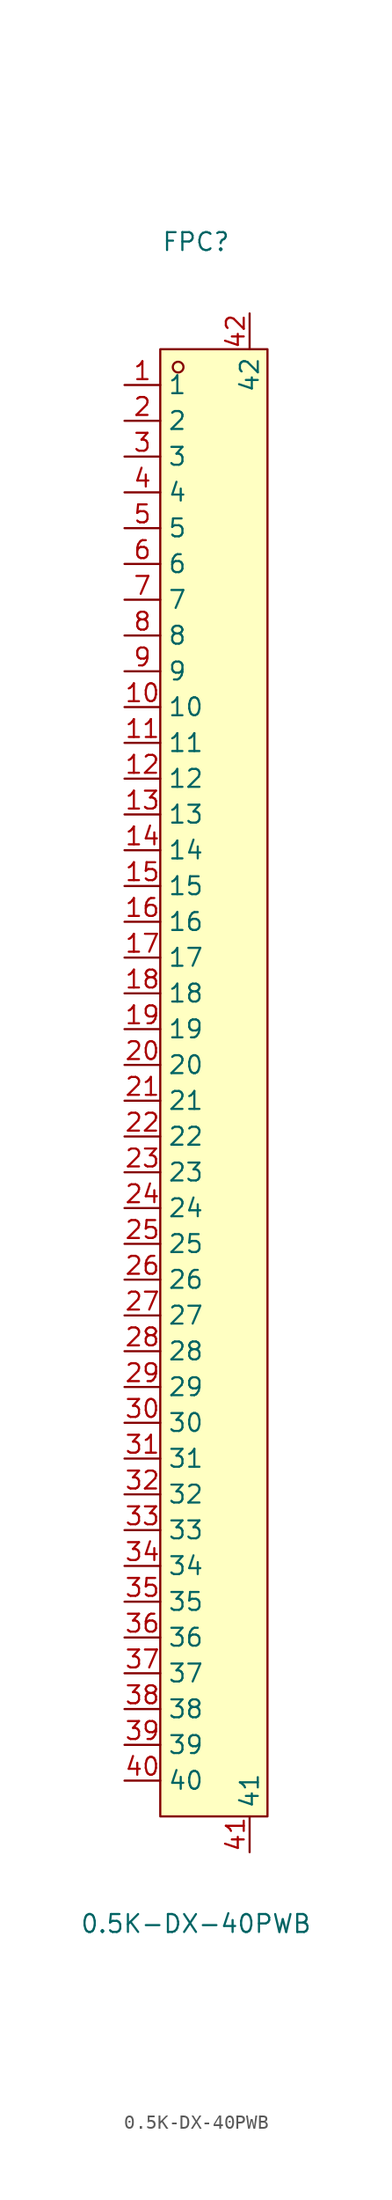
<source format=kicad_sym>
(kicad_symbol_lib
  (version 20211014)
  (generator https://github.com/uPesy/easyeda2kicad.py)
  (symbol "0.5K-DX-40PWB"
    (property "Reference" "FPC"
      (at 0 59.69 0)
      (effects (font (size 1.27 1.27))))
    (property "Value" "0.5K-DX-40PWB"
      (at 0 -59.69 0)
      (effects (font (size 1.27 1.27))))
    (symbol "0.5K-DX-40PWB_0_1"
      (rectangle (start -2.54 52.07) (end 5.08 -52.07) (stroke (width 0) (type default) (color 0 0 0 0)) (fill (type background)))
      (circle (center -1.27 50.80) (radius 0.38) (stroke (width 0) (type default) (color 0 0 0 0)) (fill (type none)))
      (pin unspecified line (at -5.08 49.53 0) (length 2.54) (name "1" (effects (font (size 1.27 1.27)))) (number "1" (effects (font (size 1.27 1.27)))))
      (pin unspecified line (at -5.08 46.99 0) (length 2.54) (name "2" (effects (font (size 1.27 1.27)))) (number "2" (effects (font (size 1.27 1.27)))))
      (pin unspecified line (at -5.08 44.45 0) (length 2.54) (name "3" (effects (font (size 1.27 1.27)))) (number "3" (effects (font (size 1.27 1.27)))))
      (pin unspecified line (at -5.08 41.91 0) (length 2.54) (name "4" (effects (font (size 1.27 1.27)))) (number "4" (effects (font (size 1.27 1.27)))))
      (pin unspecified line (at -5.08 39.37 0) (length 2.54) (name "5" (effects (font (size 1.27 1.27)))) (number "5" (effects (font (size 1.27 1.27)))))
      (pin unspecified line (at -5.08 36.83 0) (length 2.54) (name "6" (effects (font (size 1.27 1.27)))) (number "6" (effects (font (size 1.27 1.27)))))
      (pin unspecified line (at -5.08 34.29 0) (length 2.54) (name "7" (effects (font (size 1.27 1.27)))) (number "7" (effects (font (size 1.27 1.27)))))
      (pin unspecified line (at -5.08 31.75 0) (length 2.54) (name "8" (effects (font (size 1.27 1.27)))) (number "8" (effects (font (size 1.27 1.27)))))
      (pin unspecified line (at -5.08 29.21 0) (length 2.54) (name "9" (effects (font (size 1.27 1.27)))) (number "9" (effects (font (size 1.27 1.27)))))
      (pin unspecified line (at -5.08 26.67 0) (length 2.54) (name "10" (effects (font (size 1.27 1.27)))) (number "10" (effects (font (size 1.27 1.27)))))
      (pin unspecified line (at -5.08 24.13 0) (length 2.54) (name "11" (effects (font (size 1.27 1.27)))) (number "11" (effects (font (size 1.27 1.27)))))
      (pin unspecified line (at -5.08 21.59 0) (length 2.54) (name "12" (effects (font (size 1.27 1.27)))) (number "12" (effects (font (size 1.27 1.27)))))
      (pin unspecified line (at -5.08 19.05 0) (length 2.54) (name "13" (effects (font (size 1.27 1.27)))) (number "13" (effects (font (size 1.27 1.27)))))
      (pin unspecified line (at -5.08 16.51 0) (length 2.54) (name "14" (effects (font (size 1.27 1.27)))) (number "14" (effects (font (size 1.27 1.27)))))
      (pin unspecified line (at -5.08 13.97 0) (length 2.54) (name "15" (effects (font (size 1.27 1.27)))) (number "15" (effects (font (size 1.27 1.27)))))
      (pin unspecified line (at -5.08 11.43 0) (length 2.54) (name "16" (effects (font (size 1.27 1.27)))) (number "16" (effects (font (size 1.27 1.27)))))
      (pin unspecified line (at -5.08 8.89 0) (length 2.54) (name "17" (effects (font (size 1.27 1.27)))) (number "17" (effects (font (size 1.27 1.27)))))
      (pin unspecified line (at -5.08 6.35 0) (length 2.54) (name "18" (effects (font (size 1.27 1.27)))) (number "18" (effects (font (size 1.27 1.27)))))
      (pin unspecified line (at -5.08 3.81 0) (length 2.54) (name "19" (effects (font (size 1.27 1.27)))) (number "19" (effects (font (size 1.27 1.27)))))
      (pin unspecified line (at -5.08 1.27 0) (length 2.54) (name "20" (effects (font (size 1.27 1.27)))) (number "20" (effects (font (size 1.27 1.27)))))
      (pin unspecified line (at -5.08 -1.27 0) (length 2.54) (name "21" (effects (font (size 1.27 1.27)))) (number "21" (effects (font (size 1.27 1.27)))))
      (pin unspecified line (at -5.08 -3.81 0) (length 2.54) (name "22" (effects (font (size 1.27 1.27)))) (number "22" (effects (font (size 1.27 1.27)))))
      (pin unspecified line (at -5.08 -6.35 0) (length 2.54) (name "23" (effects (font (size 1.27 1.27)))) (number "23" (effects (font (size 1.27 1.27)))))
      (pin unspecified line (at -5.08 -8.89 0) (length 2.54) (name "24" (effects (font (size 1.27 1.27)))) (number "24" (effects (font (size 1.27 1.27)))))
      (pin unspecified line (at -5.08 -11.43 0) (length 2.54) (name "25" (effects (font (size 1.27 1.27)))) (number "25" (effects (font (size 1.27 1.27)))))
      (pin unspecified line (at -5.08 -13.97 0) (length 2.54) (name "26" (effects (font (size 1.27 1.27)))) (number "26" (effects (font (size 1.27 1.27)))))
      (pin unspecified line (at -5.08 -16.51 0) (length 2.54) (name "27" (effects (font (size 1.27 1.27)))) (number "27" (effects (font (size 1.27 1.27)))))
      (pin unspecified line (at -5.08 -19.05 0) (length 2.54) (name "28" (effects (font (size 1.27 1.27)))) (number "28" (effects (font (size 1.27 1.27)))))
      (pin unspecified line (at -5.08 -21.59 0) (length 2.54) (name "29" (effects (font (size 1.27 1.27)))) (number "29" (effects (font (size 1.27 1.27)))))
      (pin unspecified line (at -5.08 -24.13 0) (length 2.54) (name "30" (effects (font (size 1.27 1.27)))) (number "30" (effects (font (size 1.27 1.27)))))
      (pin unspecified line (at -5.08 -26.67 0) (length 2.54) (name "31" (effects (font (size 1.27 1.27)))) (number "31" (effects (font (size 1.27 1.27)))))
      (pin unspecified line (at -5.08 -29.21 0) (length 2.54) (name "32" (effects (font (size 1.27 1.27)))) (number "32" (effects (font (size 1.27 1.27)))))
      (pin unspecified line (at -5.08 -31.75 0) (length 2.54) (name "33" (effects (font (size 1.27 1.27)))) (number "33" (effects (font (size 1.27 1.27)))))
      (pin unspecified line (at -5.08 -34.29 0) (length 2.54) (name "34" (effects (font (size 1.27 1.27)))) (number "34" (effects (font (size 1.27 1.27)))))
      (pin unspecified line (at -5.08 -36.83 0) (length 2.54) (name "35" (effects (font (size 1.27 1.27)))) (number "35" (effects (font (size 1.27 1.27)))))
      (pin unspecified line (at -5.08 -39.37 0) (length 2.54) (name "36" (effects (font (size 1.27 1.27)))) (number "36" (effects (font (size 1.27 1.27)))))
      (pin unspecified line (at -5.08 -41.91 0) (length 2.54) (name "37" (effects (font (size 1.27 1.27)))) (number "37" (effects (font (size 1.27 1.27)))))
      (pin unspecified line (at -5.08 -44.45 0) (length 2.54) (name "38" (effects (font (size 1.27 1.27)))) (number "38" (effects (font (size 1.27 1.27)))))
      (pin unspecified line (at -5.08 -46.99 0) (length 2.54) (name "39" (effects (font (size 1.27 1.27)))) (number "39" (effects (font (size 1.27 1.27)))))
      (pin unspecified line (at -5.08 -49.53 0) (length 2.54) (name "40" (effects (font (size 1.27 1.27)))) (number "40" (effects (font (size 1.27 1.27)))))
      (pin unspecified line (at 3.81 -54.61 90) (length 2.54) (name "41" (effects (font (size 1.27 1.27)))) (number "41" (effects (font (size 1.27 1.27)))))
      (pin unspecified line (at 3.81 54.61 270) (length 2.54) (name "42" (effects (font (size 1.27 1.27)))) (number "42" (effects (font (size 1.27 1.27))))))))
</source>
